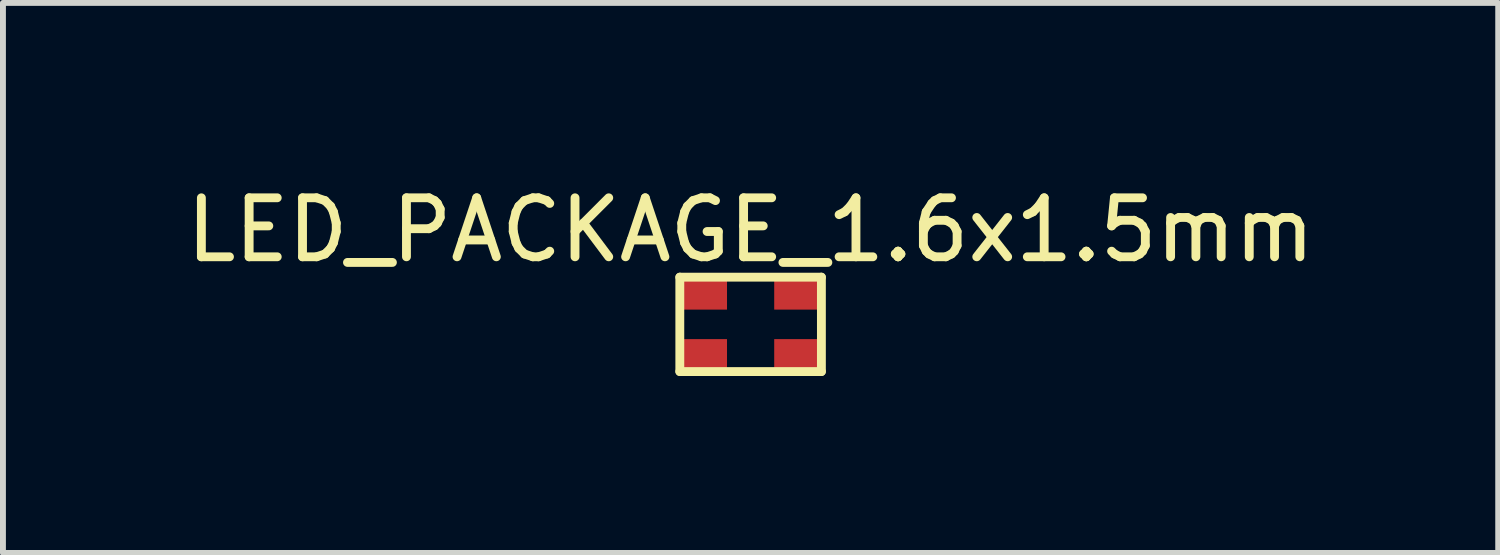
<source format=kicad_pcb>
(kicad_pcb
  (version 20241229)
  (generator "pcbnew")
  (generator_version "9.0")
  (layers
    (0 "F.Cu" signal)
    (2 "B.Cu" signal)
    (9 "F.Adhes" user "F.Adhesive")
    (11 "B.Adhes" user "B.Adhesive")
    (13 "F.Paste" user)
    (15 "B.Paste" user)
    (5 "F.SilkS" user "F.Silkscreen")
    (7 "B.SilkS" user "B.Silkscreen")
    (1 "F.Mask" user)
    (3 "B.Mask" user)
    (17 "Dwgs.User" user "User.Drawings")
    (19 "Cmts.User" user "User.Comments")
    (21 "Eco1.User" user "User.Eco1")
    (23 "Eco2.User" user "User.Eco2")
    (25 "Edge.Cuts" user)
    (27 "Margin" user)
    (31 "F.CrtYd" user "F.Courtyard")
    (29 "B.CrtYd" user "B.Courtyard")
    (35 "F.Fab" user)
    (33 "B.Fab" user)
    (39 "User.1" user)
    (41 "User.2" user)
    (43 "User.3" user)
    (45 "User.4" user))
  (footprint "LED_PACKAGE_1.6x1.5mm"
    (layer "F.Cu")
    (at 9.673 2.448)
    (property "Reference" "LED_PACKAGE_1.6x1.5mm" (at 0 -1.6 0) (layer "F.SilkS") (effects (font (size 1 1) (thickness 0.15))))
    (attr through_hole)
    (fp_line (start -1.2 -0.8) (end -1.2 0.8) (stroke (width 0.15) (type solid)) (layer "F.SilkS"))
    (fp_line (start -1.2 0.8) (end 1.2 0.8) (stroke (width 0.15) (type solid)) (layer "F.SilkS"))
    (fp_line (start 1.2 -0.8) (end -1.2 -0.8) (stroke (width 0.15) (type solid)) (layer "F.SilkS"))
    (fp_line (start 1.2 0.8) (end 1.2 -0.8) (stroke (width 0.15) (type solid)) (layer "F.SilkS"))
    (pad "1" smd rect (at 0.775 -0.5) (size 0.75 0.5) (layers "F.Cu" "F.Mask" "F.Paste"))
    (pad "2" smd rect (at 0.775 0.5) (size 0.75 0.5) (layers "F.Cu" "F.Mask" "F.Paste"))
    (pad "3" smd rect (at -0.775 -0.5) (size 0.75 0.5) (layers "F.Cu" "F.Mask" "F.Paste"))
    (pad "4" smd rect (at -0.775 0.5) (size 0.75 0.5) (layers "F.Cu" "F.Mask" "F.Paste")))
  (gr_rect
    (start -3 -3)
    (end 22.345 6.323)
    (stroke (width 0.1) (type default))
    (fill no)
    (layer "Edge.Cuts")))
</source>
